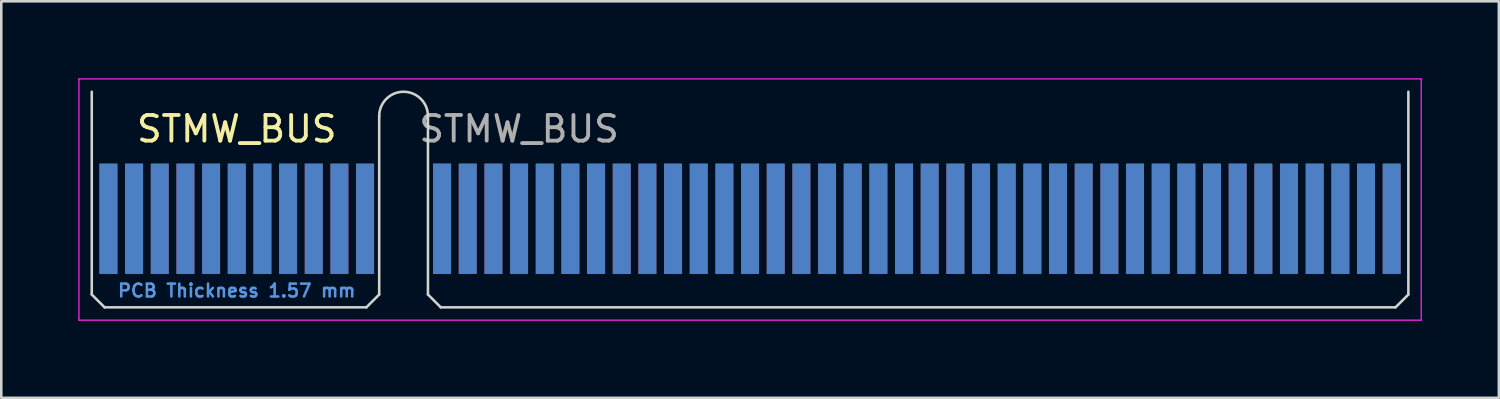
<source format=kicad_pcb>
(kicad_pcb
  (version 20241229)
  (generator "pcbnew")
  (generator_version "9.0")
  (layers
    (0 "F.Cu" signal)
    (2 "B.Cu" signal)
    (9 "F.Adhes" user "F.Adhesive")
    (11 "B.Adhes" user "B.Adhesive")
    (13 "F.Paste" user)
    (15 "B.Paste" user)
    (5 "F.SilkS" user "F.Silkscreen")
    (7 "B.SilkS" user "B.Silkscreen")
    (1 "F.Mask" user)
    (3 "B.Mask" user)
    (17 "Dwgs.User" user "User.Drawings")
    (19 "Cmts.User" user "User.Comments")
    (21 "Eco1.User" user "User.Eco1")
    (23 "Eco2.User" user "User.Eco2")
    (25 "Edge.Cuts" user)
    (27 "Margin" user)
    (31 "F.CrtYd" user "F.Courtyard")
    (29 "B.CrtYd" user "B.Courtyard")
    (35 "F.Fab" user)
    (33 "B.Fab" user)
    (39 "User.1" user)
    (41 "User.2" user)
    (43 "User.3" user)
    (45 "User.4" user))
  (footprint "STMW_BUS"
    (layer "F.Cu")
    (at 1.175 5.475)
    (property "Reference" "STMW_BUS" (at 5 -3.5 0) (layer "F.SilkS") (effects (font (size 1 1) (thickness 0.15))))
    (attr exclude_from_pos_files exclude_from_bom)
    (fp_line (start -0.65 -4.95) (end -0.65 2.95) (stroke (width 0.1) (type solid)) (layer "Edge.Cuts"))
    (fp_line (start -0.65 2.95) (end -0.15 3.45) (stroke (width 0.1) (type solid)) (layer "Edge.Cuts"))
    (fp_line (start -0.15 3.45) (end 10.05 3.45) (stroke (width 0.1) (type solid)) (layer "Edge.Cuts"))
    (fp_line (start 10.55 -4) (end 10.55 2.95) (stroke (width 0.1) (type solid)) (layer "Edge.Cuts"))
    (fp_line (start 10.55 2.95) (end 10.05 3.45) (stroke (width 0.1) (type solid)) (layer "Edge.Cuts"))
    (fp_line (start 12.45 -4) (end 12.45 2.95) (stroke (width 0.1) (type solid)) (layer "Edge.Cuts"))
    (fp_line (start 12.45 2.95) (end 12.95 3.45) (stroke (width 0.1) (type solid)) (layer "Edge.Cuts"))
    (fp_line (start 12.95 3.45) (end 50.15 3.45) (stroke (width 0.1) (type solid)) (layer "Edge.Cuts"))
    (fp_line (start 50.65 -4.95) (end 50.65 2.95) (stroke (width 0.1) (type solid)) (layer "Edge.Cuts"))
    (fp_line (start 50.65 2.95) (end 50.15 3.45) (stroke (width 0.1) (type solid)) (layer "Edge.Cuts"))
    (fp_arc (start 10.55 -4) (mid 11.5 -4.95) (end 12.45 -4) (stroke (width 0.1) (type solid)) (layer "Edge.Cuts"))
    (fp_line (start -1.15 -5.45) (end -1.15 3.95) (stroke (width 0.05) (type solid)) (layer "F.CrtYd"))
    (fp_line (start -1.15 -5.45) (end 51.15 -5.45) (stroke (width 0.05) (type solid)) (layer "F.CrtYd"))
    (fp_line (start 51.15 3.95) (end -1.15 3.95) (stroke (width 0.05) (type solid)) (layer "F.CrtYd"))
    (fp_line (start 51.15 3.95) (end 51.15 -5.45) (stroke (width 0.05) (type solid)) (layer "F.CrtYd"))
    (fp_text user "PCB Thickness 1.57 mm" (at 5 2.8 180) (layer "Cmts.User") (effects (font (size 0.5 0.5) (thickness 0.1))))
    (fp_text user "${REFERENCE}" (at 16 -3.5 0) (layer "F.Fab") (effects (font (size 1 1) (thickness 0.15))))
    (pad "A1" connect rect (at 0 0) (size 0.7 4.3) (layers "B.Cu" "B.Mask"))
    (pad "A2" connect rect (at 1 0) (size 0.7 4.3) (layers "B.Cu" "B.Mask"))
    (pad "A3" connect rect (at 2 0) (size 0.7 4.3) (layers "B.Cu" "B.Mask"))
    (pad "A4" connect rect (at 3 0) (size 0.7 4.3) (layers "B.Cu" "B.Mask"))
    (pad "A5" connect rect (at 4 0) (size 0.7 4.3) (layers "B.Cu" "B.Mask"))
    (pad "A6" connect rect (at 5 0) (size 0.7 4.3) (layers "B.Cu" "B.Mask"))
    (pad "A7" connect rect (at 6 0) (size 0.7 4.3) (layers "B.Cu" "B.Mask"))
    (pad "A8" connect rect (at 7 0) (size 0.7 4.3) (layers "B.Cu" "B.Mask"))
    (pad "A9" connect rect (at 8 0) (size 0.7 4.3) (layers "B.Cu" "B.Mask"))
    (pad "A10" connect rect (at 9 0) (size 0.7 4.3) (layers "B.Cu" "B.Mask"))
    (pad "A11" connect rect (at 10 0) (size 0.7 4.3) (layers "B.Cu" "B.Mask"))
    (pad "A12" connect rect (at 13 0) (size 0.7 4.3) (layers "B.Cu" "B.Mask"))
    (pad "A13" connect rect (at 14 0) (size 0.7 4.3) (layers "B.Cu" "B.Mask"))
    (pad "A14" connect rect (at 15 0) (size 0.7 4.3) (layers "B.Cu" "B.Mask"))
    (pad "A15" connect rect (at 16 0) (size 0.7 4.3) (layers "B.Cu" "B.Mask"))
    (pad "A16" connect rect (at 17 0) (size 0.7 4.3) (layers "B.Cu" "B.Mask"))
    (pad "A17" connect rect (at 18 0) (size 0.7 4.3) (layers "B.Cu" "B.Mask"))
    (pad "A18" connect rect (at 19 0) (size 0.7 4.3) (layers "B.Cu" "B.Mask"))
    (pad "A19" connect rect (at 20 0) (size 0.7 4.3) (layers "B.Cu" "B.Mask"))
    (pad "A20" connect rect (at 21 0) (size 0.7 4.3) (layers "B.Cu" "B.Mask"))
    (pad "A21" connect rect (at 22 0) (size 0.7 4.3) (layers "B.Cu" "B.Mask"))
    (pad "A22" connect rect (at 23 0) (size 0.7 4.3) (layers "B.Cu" "B.Mask"))
    (pad "A23" connect rect (at 24 0) (size 0.7 4.3) (layers "B.Cu" "B.Mask"))
    (pad "A24" connect rect (at 25 0) (size 0.7 4.3) (layers "B.Cu" "B.Mask"))
    (pad "A25" connect rect (at 26 0) (size 0.7 4.3) (layers "B.Cu" "B.Mask"))
    (pad "A26" connect rect (at 27 0) (size 0.7 4.3) (layers "B.Cu" "B.Mask"))
    (pad "A27" connect rect (at 28 0) (size 0.7 4.3) (layers "B.Cu" "B.Mask"))
    (pad "A28" connect rect (at 29 0) (size 0.7 4.3) (layers "B.Cu" "B.Mask"))
    (pad "A29" connect rect (at 30 0) (size 0.7 4.3) (layers "B.Cu" "B.Mask"))
    (pad "A30" connect rect (at 31 0) (size 0.7 4.3) (layers "B.Cu" "B.Mask"))
    (pad "A31" connect rect (at 32 0) (size 0.7 4.3) (layers "B.Cu" "B.Mask"))
    (pad "A32" connect rect (at 33 0) (size 0.7 4.3) (layers "B.Cu" "B.Mask"))
    (pad "A33" connect rect (at 34 0) (size 0.7 4.3) (layers "B.Cu" "B.Mask"))
    (pad "A34" connect rect (at 35 0) (size 0.7 4.3) (layers "B.Cu" "B.Mask"))
    (pad "A35" connect rect (at 36 0) (size 0.7 4.3) (layers "B.Cu" "B.Mask"))
    (pad "A36" connect rect (at 37 0) (size 0.7 4.3) (layers "B.Cu" "B.Mask"))
    (pad "A37" connect rect (at 38 0) (size 0.7 4.3) (layers "B.Cu" "B.Mask"))
    (pad "A38" connect rect (at 39 0) (size 0.7 4.3) (layers "B.Cu" "B.Mask"))
    (pad "A39" connect rect (at 40 0) (size 0.7 4.3) (layers "B.Cu" "B.Mask"))
    (pad "A40" connect rect (at 41 0) (size 0.7 4.3) (layers "B.Cu" "B.Mask"))
    (pad "A41" connect rect (at 42 0) (size 0.7 4.3) (layers "B.Cu" "B.Mask"))
    (pad "A42" connect rect (at 43 0) (size 0.7 4.3) (layers "B.Cu" "B.Mask"))
    (pad "A43" connect rect (at 44 0) (size 0.7 4.3) (layers "B.Cu" "B.Mask"))
    (pad "A44" connect rect (at 45 0) (size 0.7 4.3) (layers "B.Cu" "B.Mask"))
    (pad "A45" connect rect (at 46 0) (size 0.7 4.3) (layers "B.Cu" "B.Mask"))
    (pad "A46" connect rect (at 47 0) (size 0.7 4.3) (layers "B.Cu" "B.Mask"))
    (pad "A47" connect rect (at 48 0) (size 0.7 4.3) (layers "B.Cu" "B.Mask"))
    (pad "A48" connect rect (at 49 0) (size 0.7 4.3) (layers "B.Cu" "B.Mask"))
    (pad "A49" connect rect (at 50 0) (size 0.7 4.3) (layers "B.Cu" "B.Mask"))
    (pad "B1" connect rect (at 0 0) (size 0.7 4.3) (layers "F.Cu" "F.Mask"))
    (pad "B2" connect rect (at 1 0) (size 0.7 4.3) (layers "F.Cu" "F.Mask"))
    (pad "B3" connect rect (at 2 0) (size 0.7 4.3) (layers "F.Cu" "F.Mask"))
    (pad "B4" connect rect (at 3 0) (size 0.7 4.3) (layers "F.Cu" "F.Mask"))
    (pad "B5" connect rect (at 4 0) (size 0.7 4.3) (layers "F.Cu" "F.Mask"))
    (pad "B6" connect rect (at 5 0) (size 0.7 4.3) (layers "F.Cu" "F.Mask"))
    (pad "B7" connect rect (at 6 0) (size 0.7 4.3) (layers "F.Cu" "F.Mask"))
    (pad "B8" connect rect (at 7 0) (size 0.7 4.3) (layers "F.Cu" "F.Mask"))
    (pad "B9" connect rect (at 8 0) (size 0.7 4.3) (layers "F.Cu" "F.Mask"))
    (pad "B10" connect rect (at 9 0) (size 0.7 4.3) (layers "F.Cu" "F.Mask"))
    (pad "B11" connect rect (at 10 0) (size 0.7 4.3) (layers "F.Cu" "F.Mask"))
    (pad "B12" connect rect (at 13 0) (size 0.7 4.3) (layers "F.Cu" "F.Mask"))
    (pad "B13" connect rect (at 14 0) (size 0.7 4.3) (layers "F.Cu" "F.Mask"))
    (pad "B14" connect rect (at 15 0) (size 0.7 4.3) (layers "F.Cu" "F.Mask"))
    (pad "B15" connect rect (at 16 0) (size 0.7 4.3) (layers "F.Cu" "F.Mask"))
    (pad "B16" connect rect (at 17 0) (size 0.7 4.3) (layers "F.Cu" "F.Mask"))
    (pad "B17" connect rect (at 18 0) (size 0.7 4.3) (layers "F.Cu" "F.Mask"))
    (pad "B18" connect rect (at 19 0) (size 0.7 4.3) (layers "F.Cu" "F.Mask"))
    (pad "B19" connect rect (at 20 0) (size 0.7 4.3) (layers "F.Cu" "F.Mask"))
    (pad "B20" connect rect (at 21 0) (size 0.7 4.3) (layers "F.Cu" "F.Mask"))
    (pad "B21" connect rect (at 22 0) (size 0.7 4.3) (layers "F.Cu" "F.Mask"))
    (pad "B22" connect rect (at 23 0) (size 0.7 4.3) (layers "F.Cu" "F.Mask"))
    (pad "B23" connect rect (at 24 0) (size 0.7 4.3) (layers "F.Cu" "F.Mask"))
    (pad "B24" connect rect (at 25 0) (size 0.7 4.3) (layers "F.Cu" "F.Mask"))
    (pad "B25" connect rect (at 26 0) (size 0.7 4.3) (layers "F.Cu" "F.Mask"))
    (pad "B26" connect rect (at 27 0) (size 0.7 4.3) (layers "F.Cu" "F.Mask"))
    (pad "B27" connect rect (at 28 0) (size 0.7 4.3) (layers "F.Cu" "F.Mask"))
    (pad "B28" connect rect (at 29 0) (size 0.7 4.3) (layers "F.Cu" "F.Mask"))
    (pad "B29" connect rect (at 30 0) (size 0.7 4.3) (layers "F.Cu" "F.Mask"))
    (pad "B30" connect rect (at 31 0) (size 0.7 4.3) (layers "F.Cu" "F.Mask"))
    (pad "B31" connect rect (at 32 0) (size 0.7 4.3) (layers "F.Cu" "F.Mask"))
    (pad "B32" connect rect (at 33 0) (size 0.7 4.3) (layers "F.Cu" "F.Mask"))
    (pad "B33" connect rect (at 34 0) (size 0.7 4.3) (layers "F.Cu" "F.Mask"))
    (pad "B34" connect rect (at 35 0) (size 0.7 4.3) (layers "F.Cu" "F.Mask"))
    (pad "B35" connect rect (at 36 0) (size 0.7 4.3) (layers "F.Cu" "F.Mask"))
    (pad "B36" connect rect (at 37 0) (size 0.7 4.3) (layers "F.Cu" "F.Mask"))
    (pad "B37" connect rect (at 38 0) (size 0.7 4.3) (layers "F.Cu" "F.Mask"))
    (pad "B38" connect rect (at 39 0) (size 0.7 4.3) (layers "F.Cu" "F.Mask"))
    (pad "B39" connect rect (at 40 0) (size 0.7 4.3) (layers "F.Cu" "F.Mask"))
    (pad "B40" connect rect (at 41 0) (size 0.7 4.3) (layers "F.Cu" "F.Mask"))
    (pad "B41" connect rect (at 42 0) (size 0.7 4.3) (layers "F.Cu" "F.Mask"))
    (pad "B42" connect rect (at 43 0) (size 0.7 4.3) (layers "F.Cu" "F.Mask"))
    (pad "B43" connect rect (at 44 0) (size 0.7 4.3) (layers "F.Cu" "F.Mask"))
    (pad "B44" connect rect (at 45 0) (size 0.7 4.3) (layers "F.Cu" "F.Mask"))
    (pad "B45" connect rect (at 46 0) (size 0.7 4.3) (layers "F.Cu" "F.Mask"))
    (pad "B46" connect rect (at 47 0) (size 0.7 4.3) (layers "F.Cu" "F.Mask"))
    (pad "B47" connect rect (at 48 0) (size 0.7 4.3) (layers "F.Cu" "F.Mask"))
    (pad "B48" connect rect (at 49 0) (size 0.7 4.3) (layers "F.Cu" "F.Mask"))
    (pad "B49" connect rect (at 50 0) (size 0.7 4.3) (layers "F.Cu" "F.Mask")))
  (gr_rect
    (start -3 -3)
    (end 55.35 12.45)
    (stroke (width 0.1) (type default))
    (fill no)
    (layer "Edge.Cuts")))
</source>
